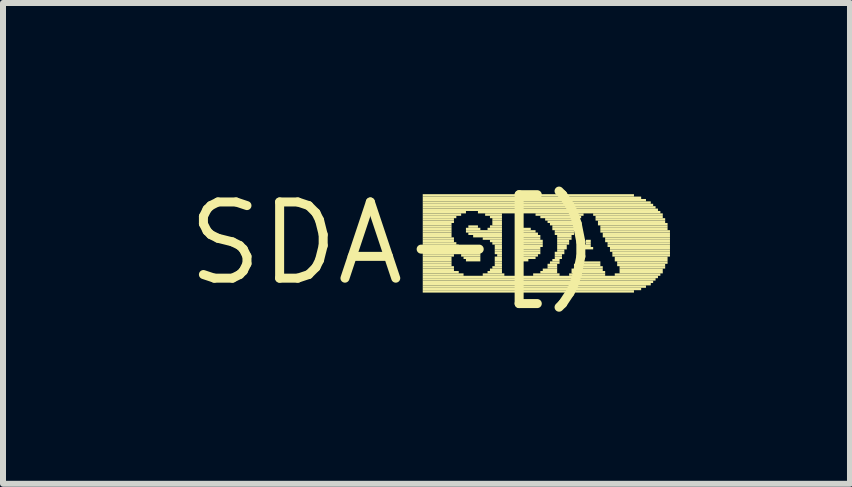
<source format=kicad_pcb>
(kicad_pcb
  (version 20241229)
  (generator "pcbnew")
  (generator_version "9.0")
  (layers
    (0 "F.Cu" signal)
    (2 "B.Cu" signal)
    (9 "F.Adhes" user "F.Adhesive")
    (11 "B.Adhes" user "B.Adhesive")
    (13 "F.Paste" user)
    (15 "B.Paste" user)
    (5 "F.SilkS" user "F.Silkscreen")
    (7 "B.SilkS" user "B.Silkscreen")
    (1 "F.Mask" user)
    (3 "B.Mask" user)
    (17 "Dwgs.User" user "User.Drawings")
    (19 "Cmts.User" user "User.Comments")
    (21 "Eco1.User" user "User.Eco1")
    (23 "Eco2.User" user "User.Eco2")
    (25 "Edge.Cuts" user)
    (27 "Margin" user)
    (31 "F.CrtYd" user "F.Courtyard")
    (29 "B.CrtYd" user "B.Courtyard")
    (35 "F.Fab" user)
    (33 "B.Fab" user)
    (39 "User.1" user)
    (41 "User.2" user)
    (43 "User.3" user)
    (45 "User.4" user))
  (footprint "SDA-[)"
    (layer "F.Cu")
    (at 3.515 1.006)
    (property "Reference" "SDA-[)" (at 0 0 0) (layer "F.SilkS") (effects (font (size 1.27 1.27) (thickness 0.15))))
    (fp_poly (pts (xy 0.48 -0.78) (xy 4 -0.78) (xy 4 -0.82) (xy 0.48 -0.82)) (stroke (width 0) (type default)) (fill yes) (layer "F.SilkS"))
    (fp_poly (pts (xy 0.48 -0.74) (xy 4.12 -0.74) (xy 4.12 -0.78) (xy 0.48 -0.78)) (stroke (width 0) (type default)) (fill yes) (layer "F.SilkS"))
    (fp_poly (pts (xy 0.48 -0.7) (xy 4.2 -0.7) (xy 4.2 -0.74) (xy 0.48 -0.74)) (stroke (width 0) (type default)) (fill yes) (layer "F.SilkS"))
    (fp_poly (pts (xy 0.48 -0.66) (xy 4.28 -0.66) (xy 4.28 -0.7) (xy 0.48 -0.7)) (stroke (width 0) (type default)) (fill yes) (layer "F.SilkS"))
    (fp_poly (pts (xy 0.48 -0.62) (xy 4.32 -0.62) (xy 4.32 -0.66) (xy 0.48 -0.66)) (stroke (width 0) (type default)) (fill yes) (layer "F.SilkS"))
    (fp_poly (pts (xy 0.48 -0.58) (xy 4.36 -0.58) (xy 4.36 -0.62) (xy 0.48 -0.62)) (stroke (width 0) (type default)) (fill yes) (layer "F.SilkS"))
    (fp_poly (pts (xy 0.48 -0.54) (xy 4.4 -0.54) (xy 4.4 -0.58) (xy 0.48 -0.58)) (stroke (width 0) (type default)) (fill yes) (layer "F.SilkS"))
    (fp_poly (pts (xy 0.48 -0.5) (xy 1.2 -0.5) (xy 1.2 -0.54) (xy 0.48 -0.54)) (stroke (width 0) (type default)) (fill yes) (layer "F.SilkS"))
    (fp_poly (pts (xy 0.48 -0.46) (xy 1.12 -0.46) (xy 1.12 -0.5) (xy 0.48 -0.5)) (stroke (width 0) (type default)) (fill yes) (layer "F.SilkS"))
    (fp_poly (pts (xy 0.48 -0.42) (xy 1.04 -0.42) (xy 1.04 -0.46) (xy 0.48 -0.46)) (stroke (width 0) (type default)) (fill yes) (layer "F.SilkS"))
    (fp_poly (pts (xy 0.48 -0.38) (xy 1 -0.38) (xy 1 -0.42) (xy 0.48 -0.42)) (stroke (width 0) (type default)) (fill yes) (layer "F.SilkS"))
    (fp_poly (pts (xy 0.48 -0.34) (xy 1 -0.34) (xy 1 -0.38) (xy 0.48 -0.38)) (stroke (width 0) (type default)) (fill yes) (layer "F.SilkS"))
    (fp_poly (pts (xy 0.48 -0.3) (xy 0.96 -0.3) (xy 0.96 -0.34) (xy 0.48 -0.34)) (stroke (width 0) (type default)) (fill yes) (layer "F.SilkS"))
    (fp_poly (pts (xy 0.48 -0.26) (xy 0.96 -0.26) (xy 0.96 -0.3) (xy 0.48 -0.3)) (stroke (width 0) (type default)) (fill yes) (layer "F.SilkS"))
    (fp_poly (pts (xy 0.48 -0.22) (xy 0.96 -0.22) (xy 0.96 -0.26) (xy 0.48 -0.26)) (stroke (width 0) (type default)) (fill yes) (layer "F.SilkS"))
    (fp_poly (pts (xy 0.48 -0.18) (xy 0.96 -0.18) (xy 0.96 -0.22) (xy 0.48 -0.22)) (stroke (width 0) (type default)) (fill yes) (layer "F.SilkS"))
    (fp_poly (pts (xy 0.48 -0.14) (xy 0.96 -0.14) (xy 0.96 -0.18) (xy 0.48 -0.18)) (stroke (width 0) (type default)) (fill yes) (layer "F.SilkS"))
    (fp_poly (pts (xy 0.48 -0.1) (xy 0.96 -0.1) (xy 0.96 -0.14) (xy 0.48 -0.14)) (stroke (width 0) (type default)) (fill yes) (layer "F.SilkS"))
    (fp_poly (pts (xy 0.48 -0.06) (xy 1 -0.06) (xy 1 -0.1) (xy 0.48 -0.1)) (stroke (width 0) (type default)) (fill yes) (layer "F.SilkS"))
    (fp_poly (pts (xy 0.48 -0.02) (xy 1 -0.02) (xy 1 -0.06) (xy 0.48 -0.06)) (stroke (width 0) (type default)) (fill yes) (layer "F.SilkS"))
    (fp_poly (pts (xy 0.48 0.02) (xy 1.04 0.02) (xy 1.04 -0.02) (xy 0.48 -0.02)) (stroke (width 0) (type default)) (fill yes) (layer "F.SilkS"))
    (fp_poly (pts (xy 0.48 0.06) (xy 1.08 0.06) (xy 1.08 0.02) (xy 0.48 0.02)) (stroke (width 0) (type default)) (fill yes) (layer "F.SilkS"))
    (fp_poly (pts (xy 0.48 0.1) (xy 1.2 0.1) (xy 1.2 0.06) (xy 0.48 0.06)) (stroke (width 0) (type default)) (fill yes) (layer "F.SilkS"))
    (fp_poly (pts (xy 0.48 0.14) (xy 1.32 0.14) (xy 1.32 0.1) (xy 0.48 0.1)) (stroke (width 0) (type default)) (fill yes) (layer "F.SilkS"))
    (fp_poly (pts (xy 0.48 0.18) (xy 1.44 0.18) (xy 1.44 0.14) (xy 0.48 0.14)) (stroke (width 0) (type default)) (fill yes) (layer "F.SilkS"))
    (fp_poly (pts (xy 0.48 0.22) (xy 1 0.22) (xy 1 0.18) (xy 0.48 0.18)) (stroke (width 0) (type default)) (fill yes) (layer "F.SilkS"))
    (fp_poly (pts (xy 0.48 0.26) (xy 0.96 0.26) (xy 0.96 0.22) (xy 0.48 0.22)) (stroke (width 0) (type default)) (fill yes) (layer "F.SilkS"))
    (fp_poly (pts (xy 0.48 0.3) (xy 0.96 0.3) (xy 0.96 0.26) (xy 0.48 0.26)) (stroke (width 0) (type default)) (fill yes) (layer "F.SilkS"))
    (fp_poly (pts (xy 0.48 0.34) (xy 0.96 0.34) (xy 0.96 0.3) (xy 0.48 0.3)) (stroke (width 0) (type default)) (fill yes) (layer "F.SilkS"))
    (fp_poly (pts (xy 0.48 0.38) (xy 0.96 0.38) (xy 0.96 0.34) (xy 0.48 0.34)) (stroke (width 0) (type default)) (fill yes) (layer "F.SilkS"))
    (fp_poly (pts (xy 0.48 0.42) (xy 1 0.42) (xy 1 0.38) (xy 0.48 0.38)) (stroke (width 0) (type default)) (fill yes) (layer "F.SilkS"))
    (fp_poly (pts (xy 0.48 0.46) (xy 1 0.46) (xy 1 0.42) (xy 0.48 0.42)) (stroke (width 0) (type default)) (fill yes) (layer "F.SilkS"))
    (fp_poly (pts (xy 0.48 0.5) (xy 1.08 0.5) (xy 1.08 0.46) (xy 0.48 0.46)) (stroke (width 0) (type default)) (fill yes) (layer "F.SilkS"))
    (fp_poly (pts (xy 0.48 0.54) (xy 1.16 0.54) (xy 1.16 0.5) (xy 0.48 0.5)) (stroke (width 0) (type default)) (fill yes) (layer "F.SilkS"))
    (fp_poly (pts (xy 0.48 0.58) (xy 4.4 0.58) (xy 4.4 0.54) (xy 0.48 0.54)) (stroke (width 0) (type default)) (fill yes) (layer "F.SilkS"))
    (fp_poly (pts (xy 0.48 0.62) (xy 4.36 0.62) (xy 4.36 0.58) (xy 0.48 0.58)) (stroke (width 0) (type default)) (fill yes) (layer "F.SilkS"))
    (fp_poly (pts (xy 0.48 0.66) (xy 4.32 0.66) (xy 4.32 0.62) (xy 0.48 0.62)) (stroke (width 0) (type default)) (fill yes) (layer "F.SilkS"))
    (fp_poly (pts (xy 0.48 0.7) (xy 4.28 0.7) (xy 4.28 0.66) (xy 0.48 0.66)) (stroke (width 0) (type default)) (fill yes) (layer "F.SilkS"))
    (fp_poly (pts (xy 0.48 0.74) (xy 4.2 0.74) (xy 4.2 0.7) (xy 0.48 0.7)) (stroke (width 0) (type default)) (fill yes) (layer "F.SilkS"))
    (fp_poly (pts (xy 0.48 0.78) (xy 4.12 0.78) (xy 4.12 0.74) (xy 0.48 0.74)) (stroke (width 0) (type default)) (fill yes) (layer "F.SilkS"))
    (fp_poly (pts (xy 0.48 0.82) (xy 4 0.82) (xy 4 0.78) (xy 0.48 0.78)) (stroke (width 0) (type default)) (fill yes) (layer "F.SilkS"))
    (fp_poly (pts (xy 1.12 0.22) (xy 1.44 0.22) (xy 1.44 0.18) (xy 1.12 0.18)) (stroke (width 0) (type default)) (fill yes) (layer "F.SilkS"))
    (fp_poly (pts (xy 1.16 0.26) (xy 1.44 0.26) (xy 1.44 0.22) (xy 1.16 0.22)) (stroke (width 0) (type default)) (fill yes) (layer "F.SilkS"))
    (fp_poly (pts (xy 1.2 -0.22) (xy 1.44 -0.22) (xy 1.44 -0.26) (xy 1.2 -0.26)) (stroke (width 0) (type default)) (fill yes) (layer "F.SilkS"))
    (fp_poly (pts (xy 1.2 -0.18) (xy 1.8 -0.18) (xy 1.8 -0.22) (xy 1.2 -0.22)) (stroke (width 0) (type default)) (fill yes) (layer "F.SilkS"))
    (fp_poly (pts (xy 1.2 0.3) (xy 1.44 0.3) (xy 1.44 0.26) (xy 1.2 0.26)) (stroke (width 0) (type default)) (fill yes) (layer "F.SilkS"))
    (fp_poly (pts (xy 1.24 -0.26) (xy 1.4 -0.26) (xy 1.4 -0.3) (xy 1.24 -0.3)) (stroke (width 0) (type default)) (fill yes) (layer "F.SilkS"))
    (fp_poly (pts (xy 1.24 -0.14) (xy 1.8 -0.14) (xy 1.8 -0.18) (xy 1.24 -0.18)) (stroke (width 0) (type default)) (fill yes) (layer "F.SilkS"))
    (fp_poly (pts (xy 1.32 -0.1) (xy 1.8 -0.1) (xy 1.8 -0.14) (xy 1.32 -0.14)) (stroke (width 0) (type default)) (fill yes) (layer "F.SilkS"))
    (fp_poly (pts (xy 1.4 -0.5) (xy 4.44 -0.5) (xy 4.44 -0.54) (xy 1.4 -0.54)) (stroke (width 0) (type default)) (fill yes) (layer "F.SilkS"))
    (fp_poly (pts (xy 1.48 -0.06) (xy 1.8 -0.06) (xy 1.8 -0.1) (xy 1.48 -0.1)) (stroke (width 0) (type default)) (fill yes) (layer "F.SilkS"))
    (fp_poly (pts (xy 1.48 0.54) (xy 1.84 0.54) (xy 1.84 0.5) (xy 1.48 0.5)) (stroke (width 0) (type default)) (fill yes) (layer "F.SilkS"))
    (fp_poly (pts (xy 1.52 -0.46) (xy 1.8 -0.46) (xy 1.8 -0.5) (xy 1.52 -0.5)) (stroke (width 0) (type default)) (fill yes) (layer "F.SilkS"))
    (fp_poly (pts (xy 1.56 -0.22) (xy 1.8 -0.22) (xy 1.8 -0.26) (xy 1.56 -0.26)) (stroke (width 0) (type default)) (fill yes) (layer "F.SilkS"))
    (fp_poly (pts (xy 1.56 0.5) (xy 1.8 0.5) (xy 1.8 0.46) (xy 1.56 0.46)) (stroke (width 0) (type default)) (fill yes) (layer "F.SilkS"))
    (fp_poly (pts (xy 1.6 -0.42) (xy 1.8 -0.42) (xy 1.8 -0.46) (xy 1.6 -0.46)) (stroke (width 0) (type default)) (fill yes) (layer "F.SilkS"))
    (fp_poly (pts (xy 1.6 -0.26) (xy 1.8 -0.26) (xy 1.8 -0.3) (xy 1.6 -0.3)) (stroke (width 0) (type default)) (fill yes) (layer "F.SilkS"))
    (fp_poly (pts (xy 1.6 -0.02) (xy 1.8 -0.02) (xy 1.8 -0.06) (xy 1.6 -0.06)) (stroke (width 0) (type default)) (fill yes) (layer "F.SilkS"))
    (fp_poly (pts (xy 1.6 0.46) (xy 1.8 0.46) (xy 1.8 0.42) (xy 1.6 0.42)) (stroke (width 0) (type default)) (fill yes) (layer "F.SilkS"))
    (fp_poly (pts (xy 1.64 -0.38) (xy 1.8 -0.38) (xy 1.8 -0.42) (xy 1.64 -0.42)) (stroke (width 0) (type default)) (fill yes) (layer "F.SilkS"))
    (fp_poly (pts (xy 1.64 -0.34) (xy 1.8 -0.34) (xy 1.8 -0.38) (xy 1.64 -0.38)) (stroke (width 0) (type default)) (fill yes) (layer "F.SilkS"))
    (fp_poly (pts (xy 1.64 -0.3) (xy 1.8 -0.3) (xy 1.8 -0.34) (xy 1.64 -0.34)) (stroke (width 0) (type default)) (fill yes) (layer "F.SilkS"))
    (fp_poly (pts (xy 1.64 0.02) (xy 1.8 0.02) (xy 1.8 -0.02) (xy 1.64 -0.02)) (stroke (width 0) (type default)) (fill yes) (layer "F.SilkS"))
    (fp_poly (pts (xy 1.64 0.42) (xy 1.8 0.42) (xy 1.8 0.38) (xy 1.64 0.38)) (stroke (width 0) (type default)) (fill yes) (layer "F.SilkS"))
    (fp_poly (pts (xy 1.68 0.06) (xy 1.8 0.06) (xy 1.8 0.02) (xy 1.68 0.02)) (stroke (width 0) (type default)) (fill yes) (layer "F.SilkS"))
    (fp_poly (pts (xy 1.68 0.1) (xy 1.8 0.1) (xy 1.8 0.06) (xy 1.68 0.06)) (stroke (width 0) (type default)) (fill yes) (layer "F.SilkS"))
    (fp_poly (pts (xy 1.68 0.14) (xy 1.8 0.14) (xy 1.8 0.1) (xy 1.68 0.1)) (stroke (width 0) (type default)) (fill yes) (layer "F.SilkS"))
    (fp_poly (pts (xy 1.68 0.18) (xy 1.8 0.18) (xy 1.8 0.14) (xy 1.68 0.14)) (stroke (width 0) (type default)) (fill yes) (layer "F.SilkS"))
    (fp_poly (pts (xy 1.68 0.26) (xy 1.8 0.26) (xy 1.8 0.22) (xy 1.68 0.22)) (stroke (width 0) (type default)) (fill yes) (layer "F.SilkS"))
    (fp_poly (pts (xy 1.68 0.3) (xy 1.8 0.3) (xy 1.8 0.26) (xy 1.68 0.26)) (stroke (width 0) (type default)) (fill yes) (layer "F.SilkS"))
    (fp_poly (pts (xy 1.68 0.34) (xy 1.8 0.34) (xy 1.8 0.3) (xy 1.68 0.3)) (stroke (width 0) (type default)) (fill yes) (layer "F.SilkS"))
    (fp_poly (pts (xy 1.68 0.38) (xy 1.8 0.38) (xy 1.8 0.34) (xy 1.68 0.34)) (stroke (width 0) (type default)) (fill yes) (layer "F.SilkS"))
    (fp_poly (pts (xy 1.72 0.22) (xy 1.8 0.22) (xy 1.8 0.18) (xy 1.72 0.18)) (stroke (width 0) (type default)) (fill yes) (layer "F.SilkS"))
    (fp_poly (pts (xy 2.04 -0.22) (xy 2.28 -0.22) (xy 2.28 -0.26) (xy 2.04 -0.26)) (stroke (width 0) (type default)) (fill yes) (layer "F.SilkS"))
    (fp_poly (pts (xy 2.04 -0.18) (xy 2.36 -0.18) (xy 2.36 -0.22) (xy 2.04 -0.22)) (stroke (width 0) (type default)) (fill yes) (layer "F.SilkS"))
    (fp_poly (pts (xy 2.04 -0.14) (xy 2.4 -0.14) (xy 2.4 -0.18) (xy 2.04 -0.18)) (stroke (width 0) (type default)) (fill yes) (layer "F.SilkS"))
    (fp_poly (pts (xy 2.04 -0.1) (xy 2.44 -0.1) (xy 2.44 -0.14) (xy 2.04 -0.14)) (stroke (width 0) (type default)) (fill yes) (layer "F.SilkS"))
    (fp_poly (pts (xy 2.04 -0.06) (xy 2.44 -0.06) (xy 2.44 -0.1) (xy 2.04 -0.1)) (stroke (width 0) (type default)) (fill yes) (layer "F.SilkS"))
    (fp_poly (pts (xy 2.04 -0.02) (xy 2.48 -0.02) (xy 2.48 -0.06) (xy 2.04 -0.06)) (stroke (width 0) (type default)) (fill yes) (layer "F.SilkS"))
    (fp_poly (pts (xy 2.04 0.02) (xy 2.48 0.02) (xy 2.48 -0.02) (xy 2.04 -0.02)) (stroke (width 0) (type default)) (fill yes) (layer "F.SilkS"))
    (fp_poly (pts (xy 2.04 0.06) (xy 2.48 0.06) (xy 2.48 0.02) (xy 2.04 0.02)) (stroke (width 0) (type default)) (fill yes) (layer "F.SilkS"))
    (fp_poly (pts (xy 2.04 0.1) (xy 2.44 0.1) (xy 2.44 0.06) (xy 2.04 0.06)) (stroke (width 0) (type default)) (fill yes) (layer "F.SilkS"))
    (fp_poly (pts (xy 2.04 0.14) (xy 2.44 0.14) (xy 2.44 0.1) (xy 2.04 0.1)) (stroke (width 0) (type default)) (fill yes) (layer "F.SilkS"))
    (fp_poly (pts (xy 2.04 0.18) (xy 2.44 0.18) (xy 2.44 0.14) (xy 2.04 0.14)) (stroke (width 0) (type default)) (fill yes) (layer "F.SilkS"))
    (fp_poly (pts (xy 2.04 0.22) (xy 2.4 0.22) (xy 2.4 0.18) (xy 2.04 0.18)) (stroke (width 0) (type default)) (fill yes) (layer "F.SilkS"))
    (fp_poly (pts (xy 2.04 0.26) (xy 2.36 0.26) (xy 2.36 0.22) (xy 2.04 0.22)) (stroke (width 0) (type default)) (fill yes) (layer "F.SilkS"))
    (fp_poly (pts (xy 2.08 0.3) (xy 2.24 0.3) (xy 2.24 0.26) (xy 2.08 0.26)) (stroke (width 0) (type default)) (fill yes) (layer "F.SilkS"))
    (fp_poly (pts (xy 2.32 0.54) (xy 2.76 0.54) (xy 2.76 0.5) (xy 2.32 0.5)) (stroke (width 0) (type default)) (fill yes) (layer "F.SilkS"))
    (fp_poly (pts (xy 2.36 -0.46) (xy 3.16 -0.46) (xy 3.16 -0.5) (xy 2.36 -0.5)) (stroke (width 0) (type default)) (fill yes) (layer "F.SilkS"))
    (fp_poly (pts (xy 2.44 -0.42) (xy 3.12 -0.42) (xy 3.12 -0.46) (xy 2.44 -0.46)) (stroke (width 0) (type default)) (fill yes) (layer "F.SilkS"))
    (fp_poly (pts (xy 2.44 0.5) (xy 2.72 0.5) (xy 2.72 0.46) (xy 2.44 0.46)) (stroke (width 0) (type default)) (fill yes) (layer "F.SilkS"))
    (fp_poly (pts (xy 2.48 0.46) (xy 2.72 0.46) (xy 2.72 0.42) (xy 2.48 0.42)) (stroke (width 0) (type default)) (fill yes) (layer "F.SilkS"))
    (fp_poly (pts (xy 2.52 -0.38) (xy 3.08 -0.38) (xy 3.08 -0.42) (xy 2.52 -0.42)) (stroke (width 0) (type default)) (fill yes) (layer "F.SilkS"))
    (fp_poly (pts (xy 2.56 -0.34) (xy 3.08 -0.34) (xy 3.08 -0.38) (xy 2.56 -0.38)) (stroke (width 0) (type default)) (fill yes) (layer "F.SilkS"))
    (fp_poly (pts (xy 2.56 0.38) (xy 2.72 0.38) (xy 2.72 0.34) (xy 2.56 0.34)) (stroke (width 0) (type default)) (fill yes) (layer "F.SilkS"))
    (fp_poly (pts (xy 2.56 0.42) (xy 2.72 0.42) (xy 2.72 0.38) (xy 2.56 0.38)) (stroke (width 0) (type default)) (fill yes) (layer "F.SilkS"))
    (fp_poly (pts (xy 2.6 -0.3) (xy 3.04 -0.3) (xy 3.04 -0.34) (xy 2.6 -0.34)) (stroke (width 0) (type default)) (fill yes) (layer "F.SilkS"))
    (fp_poly (pts (xy 2.6 0.34) (xy 2.76 0.34) (xy 2.76 0.3) (xy 2.6 0.3)) (stroke (width 0) (type default)) (fill yes) (layer "F.SilkS"))
    (fp_poly (pts (xy 2.64 -0.26) (xy 3.04 -0.26) (xy 3.04 -0.3) (xy 2.64 -0.3)) (stroke (width 0) (type default)) (fill yes) (layer "F.SilkS"))
    (fp_poly (pts (xy 2.64 -0.22) (xy 3.04 -0.22) (xy 3.04 -0.26) (xy 2.64 -0.26)) (stroke (width 0) (type default)) (fill yes) (layer "F.SilkS"))
    (fp_poly (pts (xy 2.64 0.3) (xy 2.76 0.3) (xy 2.76 0.26) (xy 2.64 0.26)) (stroke (width 0) (type default)) (fill yes) (layer "F.SilkS"))
    (fp_poly (pts (xy 2.68 -0.18) (xy 3 -0.18) (xy 3 -0.22) (xy 2.68 -0.22)) (stroke (width 0) (type default)) (fill yes) (layer "F.SilkS"))
    (fp_poly (pts (xy 2.68 -0.14) (xy 3 -0.14) (xy 3 -0.18) (xy 2.68 -0.18)) (stroke (width 0) (type default)) (fill yes) (layer "F.SilkS"))
    (fp_poly (pts (xy 2.68 0.18) (xy 2.84 0.18) (xy 2.84 0.14) (xy 2.68 0.14)) (stroke (width 0) (type default)) (fill yes) (layer "F.SilkS"))
    (fp_poly (pts (xy 2.68 0.22) (xy 2.8 0.22) (xy 2.8 0.18) (xy 2.68 0.18)) (stroke (width 0) (type default)) (fill yes) (layer "F.SilkS"))
    (fp_poly (pts (xy 2.68 0.26) (xy 2.8 0.26) (xy 2.8 0.22) (xy 2.68 0.22)) (stroke (width 0) (type default)) (fill yes) (layer "F.SilkS"))
    (fp_poly (pts (xy 2.72 -0.1) (xy 2.96 -0.1) (xy 2.96 -0.14) (xy 2.72 -0.14)) (stroke (width 0) (type default)) (fill yes) (layer "F.SilkS"))
    (fp_poly (pts (xy 2.72 -0.06) (xy 2.96 -0.06) (xy 2.96 -0.1) (xy 2.72 -0.1)) (stroke (width 0) (type default)) (fill yes) (layer "F.SilkS"))
    (fp_poly (pts (xy 2.72 -0.02) (xy 2.92 -0.02) (xy 2.92 -0.06) (xy 2.72 -0.06)) (stroke (width 0) (type default)) (fill yes) (layer "F.SilkS"))
    (fp_poly (pts (xy 2.72 0.02) (xy 2.92 0.02) (xy 2.92 -0.02) (xy 2.72 -0.02)) (stroke (width 0) (type default)) (fill yes) (layer "F.SilkS"))
    (fp_poly (pts (xy 2.72 0.06) (xy 2.88 0.06) (xy 2.88 0.02) (xy 2.72 0.02)) (stroke (width 0) (type default)) (fill yes) (layer "F.SilkS"))
    (fp_poly (pts (xy 2.72 0.1) (xy 2.88 0.1) (xy 2.88 0.06) (xy 2.72 0.06)) (stroke (width 0) (type default)) (fill yes) (layer "F.SilkS"))
    (fp_poly (pts (xy 2.72 0.14) (xy 2.84 0.14) (xy 2.84 0.1) (xy 2.72 0.1)) (stroke (width 0) (type default)) (fill yes) (layer "F.SilkS"))
    (fp_poly (pts (xy 2.92 0.54) (xy 3.52 0.54) (xy 3.52 0.5) (xy 2.92 0.5)) (stroke (width 0) (type default)) (fill yes) (layer "F.SilkS"))
    (fp_poly (pts (xy 2.96 0.46) (xy 3.48 0.46) (xy 3.48 0.42) (xy 2.96 0.42)) (stroke (width 0) (type default)) (fill yes) (layer "F.SilkS"))
    (fp_poly (pts (xy 2.96 0.5) (xy 3.52 0.5) (xy 3.52 0.46) (xy 2.96 0.46)) (stroke (width 0) (type default)) (fill yes) (layer "F.SilkS"))
    (fp_poly (pts (xy 3 0.38) (xy 3.44 0.38) (xy 3.44 0.34) (xy 3 0.34)) (stroke (width 0) (type default)) (fill yes) (layer "F.SilkS"))
    (fp_poly (pts (xy 3 0.42) (xy 3.48 0.42) (xy 3.48 0.38) (xy 3 0.38)) (stroke (width 0) (type default)) (fill yes) (layer "F.SilkS"))
    (fp_poly (pts (xy 3.04 0.34) (xy 3.44 0.34) (xy 3.44 0.3) (xy 3.04 0.3)) (stroke (width 0) (type default)) (fill yes) (layer "F.SilkS"))
    (fp_poly (pts (xy 3.16 0.06) (xy 3.28 0.06) (xy 3.28 0.02) (xy 3.16 0.02)) (stroke (width 0) (type default)) (fill yes) (layer "F.SilkS"))
    (fp_poly (pts (xy 3.16 0.1) (xy 3.32 0.1) (xy 3.32 0.06) (xy 3.16 0.06)) (stroke (width 0) (type default)) (fill yes) (layer "F.SilkS"))
    (fp_poly (pts (xy 3.2 -0.02) (xy 3.28 -0.02) (xy 3.28 -0.06) (xy 3.2 -0.06)) (stroke (width 0) (type default)) (fill yes) (layer "F.SilkS"))
    (fp_poly (pts (xy 3.2 0.02) (xy 3.28 0.02) (xy 3.28 -0.02) (xy 3.2 -0.02)) (stroke (width 0) (type default)) (fill yes) (layer "F.SilkS"))
    (fp_poly (pts (xy 3.32 -0.46) (xy 4.48 -0.46) (xy 4.48 -0.5) (xy 3.32 -0.5)) (stroke (width 0) (type default)) (fill yes) (layer "F.SilkS"))
    (fp_poly (pts (xy 3.36 -0.42) (xy 4.48 -0.42) (xy 4.48 -0.46) (xy 3.36 -0.46)) (stroke (width 0) (type default)) (fill yes) (layer "F.SilkS"))
    (fp_poly (pts (xy 3.36 -0.38) (xy 4.52 -0.38) (xy 4.52 -0.42) (xy 3.36 -0.42)) (stroke (width 0) (type default)) (fill yes) (layer "F.SilkS"))
    (fp_poly (pts (xy 3.4 -0.34) (xy 4.52 -0.34) (xy 4.52 -0.38) (xy 3.4 -0.38)) (stroke (width 0) (type default)) (fill yes) (layer "F.SilkS"))
    (fp_poly (pts (xy 3.4 -0.3) (xy 4.56 -0.3) (xy 4.56 -0.34) (xy 3.4 -0.34)) (stroke (width 0) (type default)) (fill yes) (layer "F.SilkS"))
    (fp_poly (pts (xy 3.44 -0.26) (xy 4.56 -0.26) (xy 4.56 -0.3) (xy 3.44 -0.3)) (stroke (width 0) (type default)) (fill yes) (layer "F.SilkS"))
    (fp_poly (pts (xy 3.44 -0.22) (xy 4.56 -0.22) (xy 4.56 -0.26) (xy 3.44 -0.26)) (stroke (width 0) (type default)) (fill yes) (layer "F.SilkS"))
    (fp_poly (pts (xy 3.44 -0.18) (xy 4.6 -0.18) (xy 4.6 -0.22) (xy 3.44 -0.22)) (stroke (width 0) (type default)) (fill yes) (layer "F.SilkS"))
    (fp_poly (pts (xy 3.48 -0.14) (xy 4.6 -0.14) (xy 4.6 -0.18) (xy 3.48 -0.18)) (stroke (width 0) (type default)) (fill yes) (layer "F.SilkS"))
    (fp_poly (pts (xy 3.48 -0.1) (xy 4.6 -0.1) (xy 4.6 -0.14) (xy 3.48 -0.14)) (stroke (width 0) (type default)) (fill yes) (layer "F.SilkS"))
    (fp_poly (pts (xy 3.52 -0.06) (xy 4.6 -0.06) (xy 4.6 -0.1) (xy 3.52 -0.1)) (stroke (width 0) (type default)) (fill yes) (layer "F.SilkS"))
    (fp_poly (pts (xy 3.52 -0.02) (xy 4.6 -0.02) (xy 4.6 -0.06) (xy 3.52 -0.06)) (stroke (width 0) (type default)) (fill yes) (layer "F.SilkS"))
    (fp_poly (pts (xy 3.56 0.02) (xy 4.6 0.02) (xy 4.6 -0.02) (xy 3.56 -0.02)) (stroke (width 0) (type default)) (fill yes) (layer "F.SilkS"))
    (fp_poly (pts (xy 3.56 0.06) (xy 4.6 0.06) (xy 4.6 0.02) (xy 3.56 0.02)) (stroke (width 0) (type default)) (fill yes) (layer "F.SilkS"))
    (fp_poly (pts (xy 3.6 0.1) (xy 4.6 0.1) (xy 4.6 0.06) (xy 3.6 0.06)) (stroke (width 0) (type default)) (fill yes) (layer "F.SilkS"))
    (fp_poly (pts (xy 3.6 0.14) (xy 4.6 0.14) (xy 4.6 0.1) (xy 3.6 0.1)) (stroke (width 0) (type default)) (fill yes) (layer "F.SilkS"))
    (fp_poly (pts (xy 3.64 0.18) (xy 4.6 0.18) (xy 4.6 0.14) (xy 3.64 0.14)) (stroke (width 0) (type default)) (fill yes) (layer "F.SilkS"))
    (fp_poly (pts (xy 3.64 0.22) (xy 4.6 0.22) (xy 4.6 0.18) (xy 3.64 0.18)) (stroke (width 0) (type default)) (fill yes) (layer "F.SilkS"))
    (fp_poly (pts (xy 3.68 0.26) (xy 4.56 0.26) (xy 4.56 0.22) (xy 3.68 0.22)) (stroke (width 0) (type default)) (fill yes) (layer "F.SilkS"))
    (fp_poly (pts (xy 3.68 0.3) (xy 4.56 0.3) (xy 4.56 0.26) (xy 3.68 0.26)) (stroke (width 0) (type default)) (fill yes) (layer "F.SilkS"))
    (fp_poly (pts (xy 3.68 0.54) (xy 4.44 0.54) (xy 4.44 0.5) (xy 3.68 0.5)) (stroke (width 0) (type default)) (fill yes) (layer "F.SilkS"))
    (fp_poly (pts (xy 3.72 0.34) (xy 4.56 0.34) (xy 4.56 0.3) (xy 3.72 0.3)) (stroke (width 0) (type default)) (fill yes) (layer "F.SilkS"))
    (fp_poly (pts (xy 3.72 0.38) (xy 4.52 0.38) (xy 4.52 0.34) (xy 3.72 0.34)) (stroke (width 0) (type default)) (fill yes) (layer "F.SilkS"))
    (fp_poly (pts (xy 3.76 0.42) (xy 4.52 0.42) (xy 4.52 0.38) (xy 3.76 0.38)) (stroke (width 0) (type default)) (fill yes) (layer "F.SilkS"))
    (fp_poly (pts (xy 3.76 0.46) (xy 4.48 0.46) (xy 4.48 0.42) (xy 3.76 0.42)) (stroke (width 0) (type default)) (fill yes) (layer "F.SilkS"))
    (fp_poly (pts (xy 3.76 0.5) (xy 4.48 0.5) (xy 4.48 0.46) (xy 3.76 0.46)) (stroke (width 0) (type default)) (fill yes) (layer "F.SilkS")))
  (gr_rect
    (start -3 -3)
    (end 11.115 5.012)
    (stroke (width 0.1) (type default))
    (fill no)
    (layer "Edge.Cuts")))
</source>
